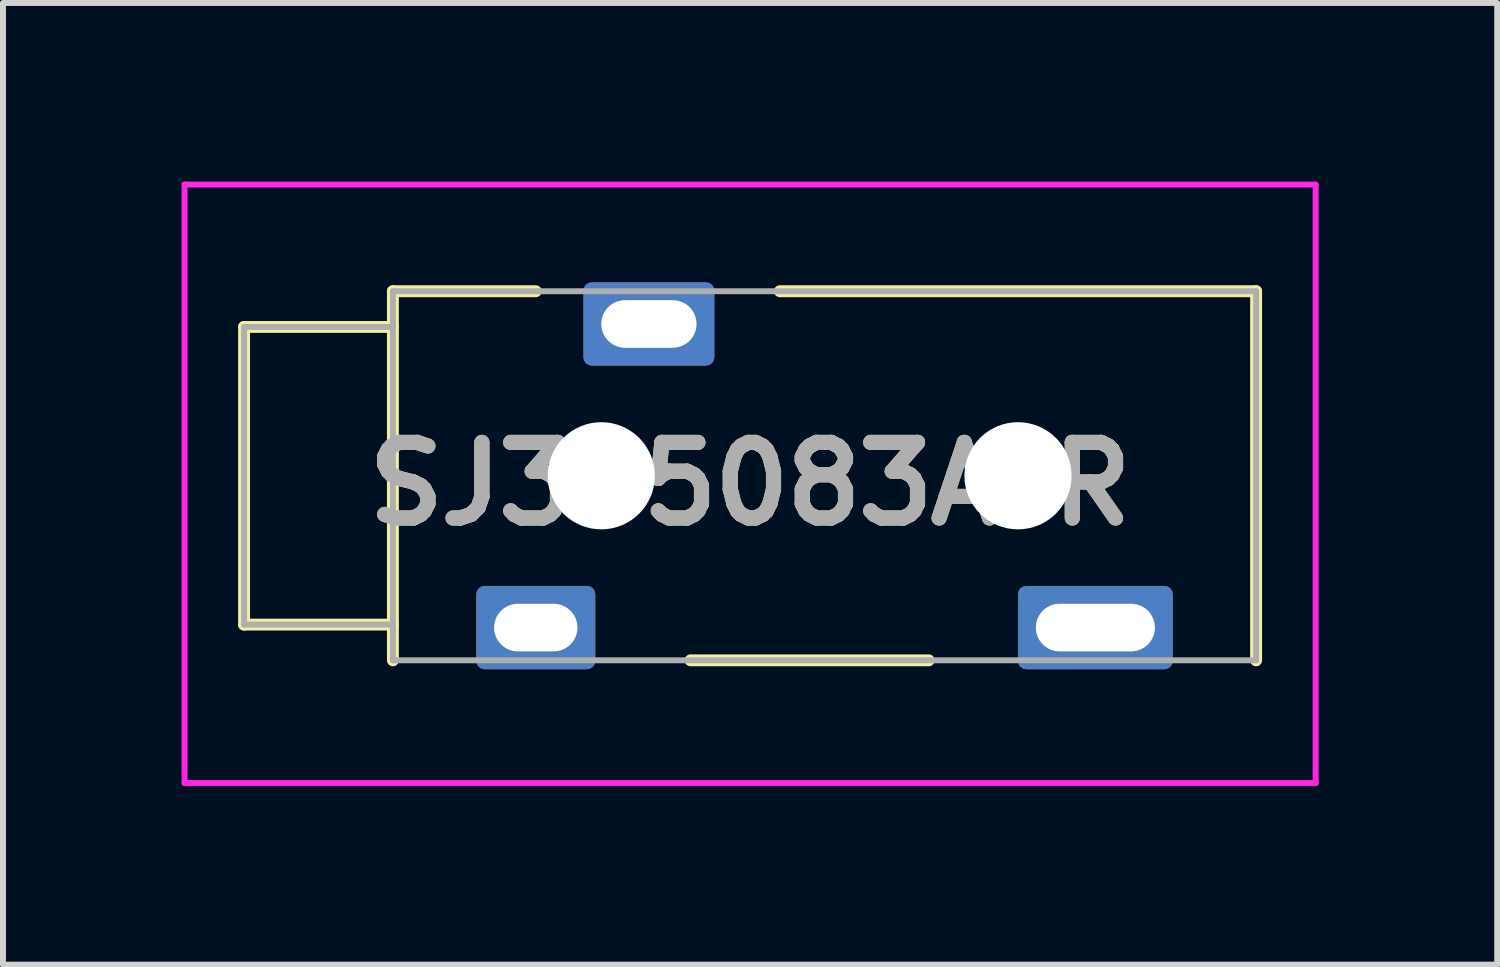
<source format=kicad_pcb>
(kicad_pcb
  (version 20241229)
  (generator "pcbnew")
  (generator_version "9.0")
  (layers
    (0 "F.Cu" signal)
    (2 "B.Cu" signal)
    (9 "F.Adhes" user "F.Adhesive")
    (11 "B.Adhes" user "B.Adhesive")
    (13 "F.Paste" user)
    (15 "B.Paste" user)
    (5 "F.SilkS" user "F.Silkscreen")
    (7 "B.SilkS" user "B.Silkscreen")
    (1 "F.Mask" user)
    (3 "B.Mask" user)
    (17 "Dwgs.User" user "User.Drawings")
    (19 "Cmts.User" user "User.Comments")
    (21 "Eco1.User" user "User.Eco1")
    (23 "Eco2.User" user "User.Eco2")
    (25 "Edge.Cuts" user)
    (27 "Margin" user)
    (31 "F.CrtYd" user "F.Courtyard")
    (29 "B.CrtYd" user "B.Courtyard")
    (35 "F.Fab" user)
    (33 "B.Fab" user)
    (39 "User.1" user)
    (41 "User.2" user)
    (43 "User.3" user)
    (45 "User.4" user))
  (footprint "SJ335083ATR"
    (layer "F.Cu")
    (at 5.95 7.492)
    (property "Reference" "SJ335083ATR" (at 3.6 -2.415 0) (layer "F.SilkS") (effects (font (size 1.27 1.27) (thickness 0.254))))
    (attr through_hole)
    (fp_line (start -4.9 -5.05) (end -4.9 -0.05) (stroke (width 0.2) (type solid)) (layer "F.SilkS"))
    (fp_line (start -4.9 -0.05) (end -2.4 -0.05) (stroke (width 0.2) (type solid)) (layer "F.SilkS"))
    (fp_line (start -2.4 -5.65) (end -2.4 0.55) (stroke (width 0.2) (type solid)) (layer "F.SilkS"))
    (fp_line (start -2.4 -5.05) (end -4.9 -5.05) (stroke (width 0.2) (type solid)) (layer "F.SilkS"))
    (fp_line (start 0 -5.65) (end -2.4 -5.65) (stroke (width 0.2) (type solid)) (layer "F.SilkS"))
    (fp_line (start 2.6 0.55) (end 6.6 0.55) (stroke (width 0.2) (type solid)) (layer "F.SilkS"))
    (fp_line (start 4.1 -5.65) (end 12.1 -5.65) (stroke (width 0.2) (type solid)) (layer "F.SilkS"))
    (fp_line (start 12.1 -5.65) (end 12.1 0.55) (stroke (width 0.2) (type solid)) (layer "F.SilkS"))
    (fp_line (start -5.9 -7.442) (end 13.1 -7.442) (stroke (width 0.1) (type solid)) (layer "F.CrtYd"))
    (fp_line (start -5.9 2.612) (end -5.9 -7.442) (stroke (width 0.1) (type solid)) (layer "F.CrtYd"))
    (fp_line (start 13.1 -7.442) (end 13.1 2.612) (stroke (width 0.1) (type solid)) (layer "F.CrtYd"))
    (fp_line (start 13.1 2.612) (end -5.9 2.612) (stroke (width 0.1) (type solid)) (layer "F.CrtYd"))
    (fp_line (start -4.9 -5.05) (end -4.9 -0.05) (stroke (width 0.1) (type solid)) (layer "F.Fab"))
    (fp_line (start -4.9 -0.05) (end -2.4 -0.05) (stroke (width 0.1) (type solid)) (layer "F.Fab"))
    (fp_line (start -2.4 -5.65) (end 12.1 -5.65) (stroke (width 0.1) (type solid)) (layer "F.Fab"))
    (fp_line (start -2.4 -5.05) (end -4.9 -5.05) (stroke (width 0.1) (type solid)) (layer "F.Fab"))
    (fp_line (start -2.4 0.55) (end -2.4 -5.65) (stroke (width 0.1) (type solid)) (layer "F.Fab"))
    (fp_line (start 12.1 -5.65) (end 12.1 0.55) (stroke (width 0.1) (type solid)) (layer "F.Fab"))
    (fp_line (start 12.1 0.55) (end -2.4 0.55) (stroke (width 0.1) (type solid)) (layer "F.Fab"))
    (fp_text user "${REFERENCE}" (at 3.6 -2.415 0) (layer "F.Fab") (effects (font (size 1.27 1.27) (thickness 0.254))))
    (pad "" np_thru_hole circle (at 1.1 -2.55) (size 1.8 1.8) (drill 1.8) (layers "*.Cu" "*.Mask"))
    (pad "" np_thru_hole circle (at 8.1 -2.55) (size 1.8 1.8) (drill 1.8) (layers "*.Cu" "*.Mask"))
    (pad "R" thru_hole roundrect (at 1.9 -5.1) (size 2.2 1.4) (drill oval 1.6 0.8) (layers "*.Cu" "*.Mask") (roundrect_rratio 0.1))
    (pad "S" thru_hole roundrect (at 0 0) (size 2 1.4) (drill oval 1.4 0.8) (layers "*.Cu" "*.Mask") (roundrect_rratio 0.1))
    (pad "T" thru_hole roundrect (at 9.4 0) (size 2.6 1.4) (drill oval 2 0.8) (layers "*.Cu" "*.Mask") (roundrect_rratio 0.1)))
  (gr_rect
    (start -3 -3)
    (end 22.1 13.154)
    (stroke (width 0.1) (type default))
    (fill no)
    (layer "Edge.Cuts")))
</source>
